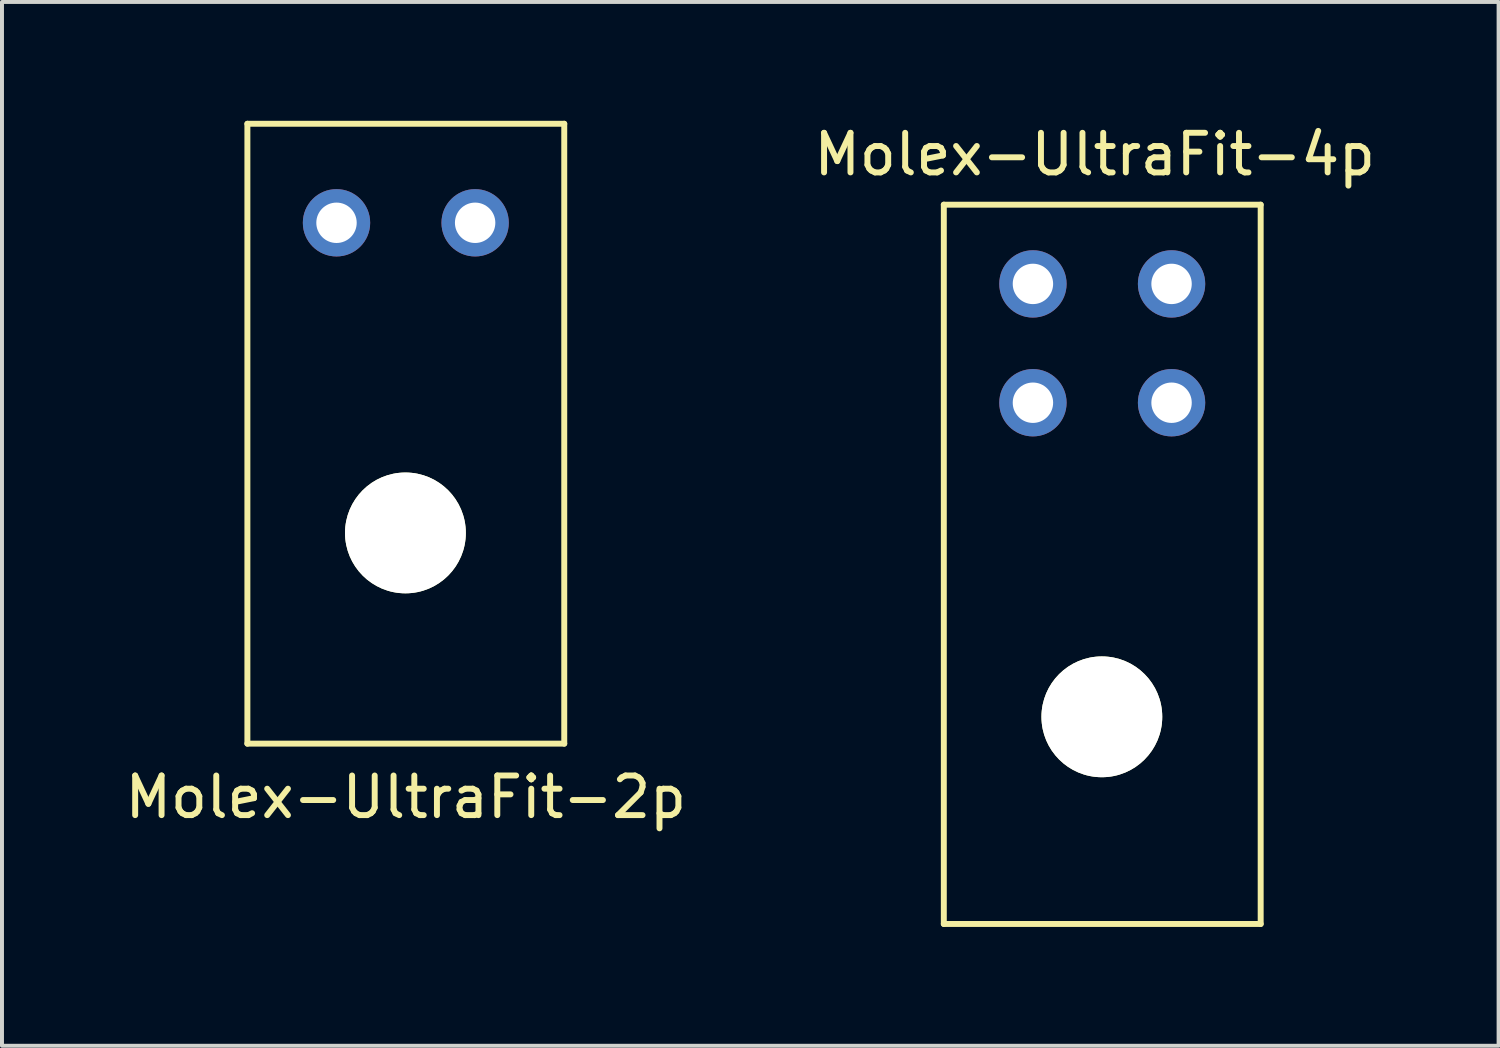
<source format=kicad_pcb>
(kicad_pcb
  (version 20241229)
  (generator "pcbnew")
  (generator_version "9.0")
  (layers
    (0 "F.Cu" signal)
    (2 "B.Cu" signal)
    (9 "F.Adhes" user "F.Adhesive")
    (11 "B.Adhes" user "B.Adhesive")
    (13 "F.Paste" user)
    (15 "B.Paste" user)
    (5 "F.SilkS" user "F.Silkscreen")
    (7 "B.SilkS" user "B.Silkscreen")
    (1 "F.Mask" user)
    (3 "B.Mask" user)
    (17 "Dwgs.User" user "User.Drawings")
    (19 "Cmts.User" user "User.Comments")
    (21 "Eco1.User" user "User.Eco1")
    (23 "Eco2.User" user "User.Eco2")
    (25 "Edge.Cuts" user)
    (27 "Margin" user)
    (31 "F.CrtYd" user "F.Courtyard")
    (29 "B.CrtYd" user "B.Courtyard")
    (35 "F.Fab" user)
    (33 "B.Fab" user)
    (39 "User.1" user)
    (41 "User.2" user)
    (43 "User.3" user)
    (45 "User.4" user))
  (footprint "Molex-UltraFit-4p"
    (layer "F.Cu")
    (at 20.779 2.118)
    (property "Reference" "Molex-UltraFit-4p" (at 3.81 -1.27 0) (layer "F.SilkS") (effects (font (size 1 1) (thickness 0.15))))
    (attr through_hole)
    (fp_line (start 0 0) (end 0 18.16) (stroke (width 0.15) (type solid)) (layer "F.SilkS"))
    (fp_line (start 0 0) (end 8 0) (stroke (width 0.15) (type solid)) (layer "F.SilkS"))
    (fp_line (start 0 18.16) (end 8 18.16) (stroke (width 0.15) (type solid)) (layer "F.SilkS"))
    (fp_line (start 8 0) (end 8 18.16) (stroke (width 0.15) (type solid)) (layer "F.SilkS"))
    (pad "" np_thru_hole circle (at 3.99 12.93) (size 3.05 3.05) (drill 3.05) (layers "*.Cu" "*.Mask" "F.SilkS"))
    (pad "1" thru_hole circle (at 2.25 2) (size 1.7 1.7) (drill 1.02) (layers "*.Cu" "*.Mask"))
    (pad "2" thru_hole circle (at 5.75 2) (size 1.7 1.7) (drill 1.02) (layers "*.Cu" "*.Mask"))
    (pad "3" thru_hole circle (at 2.25 5) (size 1.7 1.7) (drill 1.02) (layers "*.Cu" "*.Mask"))
    (pad "4" thru_hole circle (at 5.75 5) (size 1.7 1.7) (drill 1.02) (layers "*.Cu" "*.Mask")))
  (footprint "Molex-UltraFit-2p"
    (layer "F.Cu")
    (at 7.196 10.475)
    (property "Reference" "Molex-UltraFit-2p" (at 0 6.6 0) (layer "F.SilkS") (effects (font (size 1 1) (thickness 0.15))))
    (attr through_hole)
    (fp_line (start -4 -10.4) (end -4 5.25) (stroke (width 0.15) (type solid)) (layer "F.SilkS"))
    (fp_line (start -4 -10.4) (end 4 -10.4) (stroke (width 0.15) (type solid)) (layer "F.SilkS"))
    (fp_line (start -4 5.25) (end 4 5.25) (stroke (width 0.15) (type solid)) (layer "F.SilkS"))
    (fp_line (start 4 -10.4) (end 4 5.25) (stroke (width 0.15) (type solid)) (layer "F.SilkS"))
    (pad "" np_thru_hole circle (at -0.01 -0.07) (size 3.05 3.05) (drill 3.05) (layers "*.Cu" "*.Mask" "F.SilkS"))
    (pad "1" thru_hole circle (at -1.75 -7.9) (size 1.7 1.7) (drill 1.02) (layers "*.Cu" "*.Mask"))
    (pad "2" thru_hole circle (at 1.75 -7.9) (size 1.7 1.7) (drill 1.02) (layers "*.Cu" "*.Mask")))
  (gr_rect
    (start -3 -3)
    (end 34.786 23.353)
    (stroke (width 0.1) (type default))
    (fill no)
    (layer "Edge.Cuts")))
</source>
